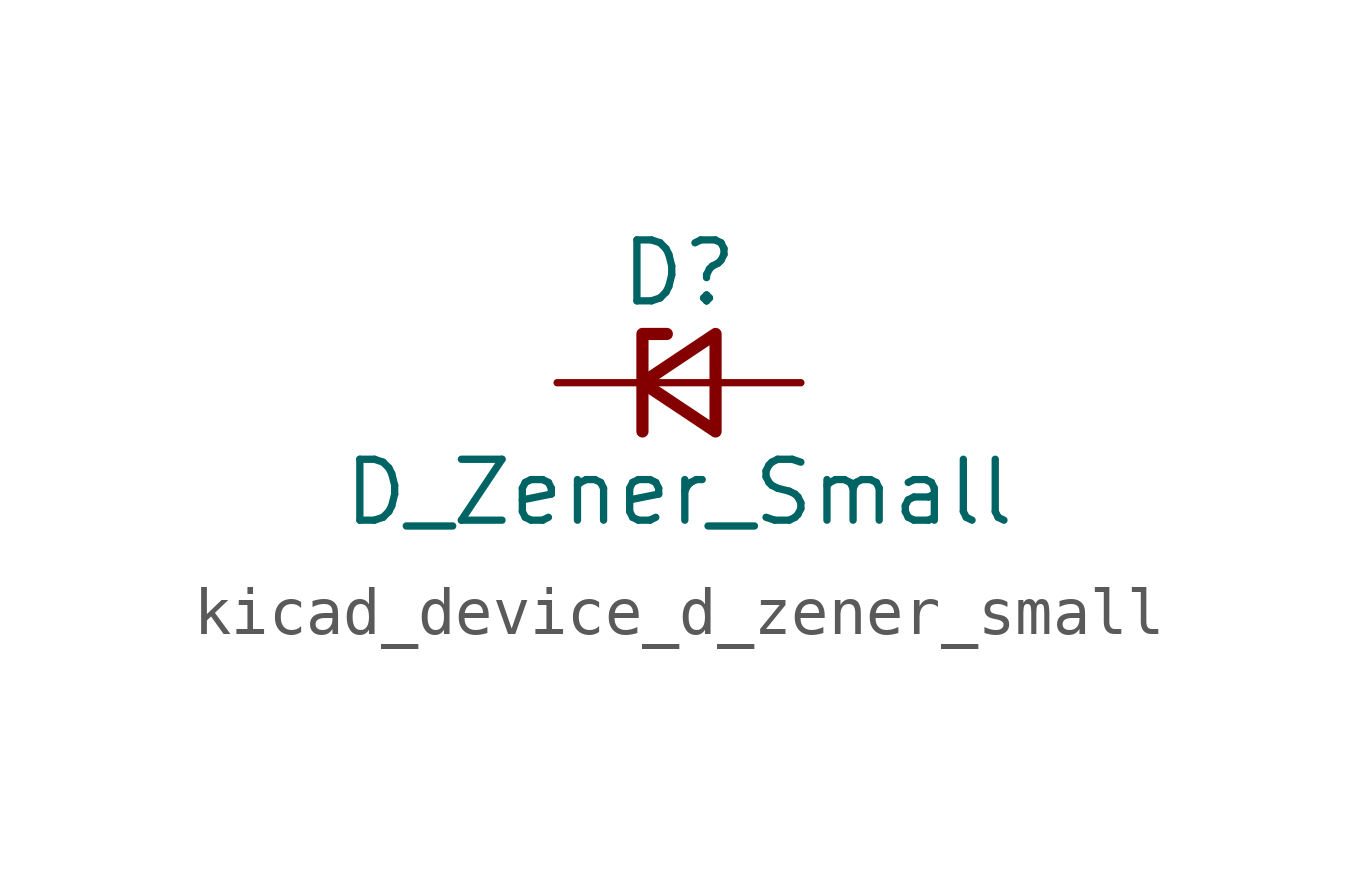
<source format=kicad_sym>
(kicad_symbol_lib
  (version 20220914)
  (generator kicad_symbol_editor)
  (symbol "kicad_device_d_zener_small"
    (pin_numbers hide)
    (pin_names
      (offset 0.254) hide)
    (property "Reference" "D"
      (at 0 2.286 0)
      (effects (font (size 1.27 1.27))))
    (property "Value" "D_Zener_Small"
      (at 0 -2.286 0)
      (effects (font (size 1.27 1.27))))
    (symbol "kicad_device_d_zener_small_0_1"
      (polyline (pts (xy 0.762 0) (xy -0.762 0)) (stroke (width 0) (type default)) (fill (type none)))
      (polyline (pts (xy -0.254 1.016) (xy -0.762 1.016) (xy -0.762 -1.016)) (stroke (width 0.254) (type default)) (fill (type none)))
      (polyline (pts (xy 0.762 1.016) (xy -0.762 0) (xy 0.762 -1.016) (xy 0.762 1.016)) (stroke (width 0.254) (type default)) (fill (type none))))
    (symbol "kicad_device_d_zener_small_1_1"
      (pin passive line (at -2.54 0 0) (length 1.778) (name "K" (effects (font (size 1.27 1.27)))) (number "1" (effects (font (size 1.27 1.27)))))
      (pin passive line (at 2.54 0 180) (length 1.778) (name "A" (effects (font (size 1.27 1.27)))) (number "2" (effects (font (size 1.27 1.27))))))))
</source>
